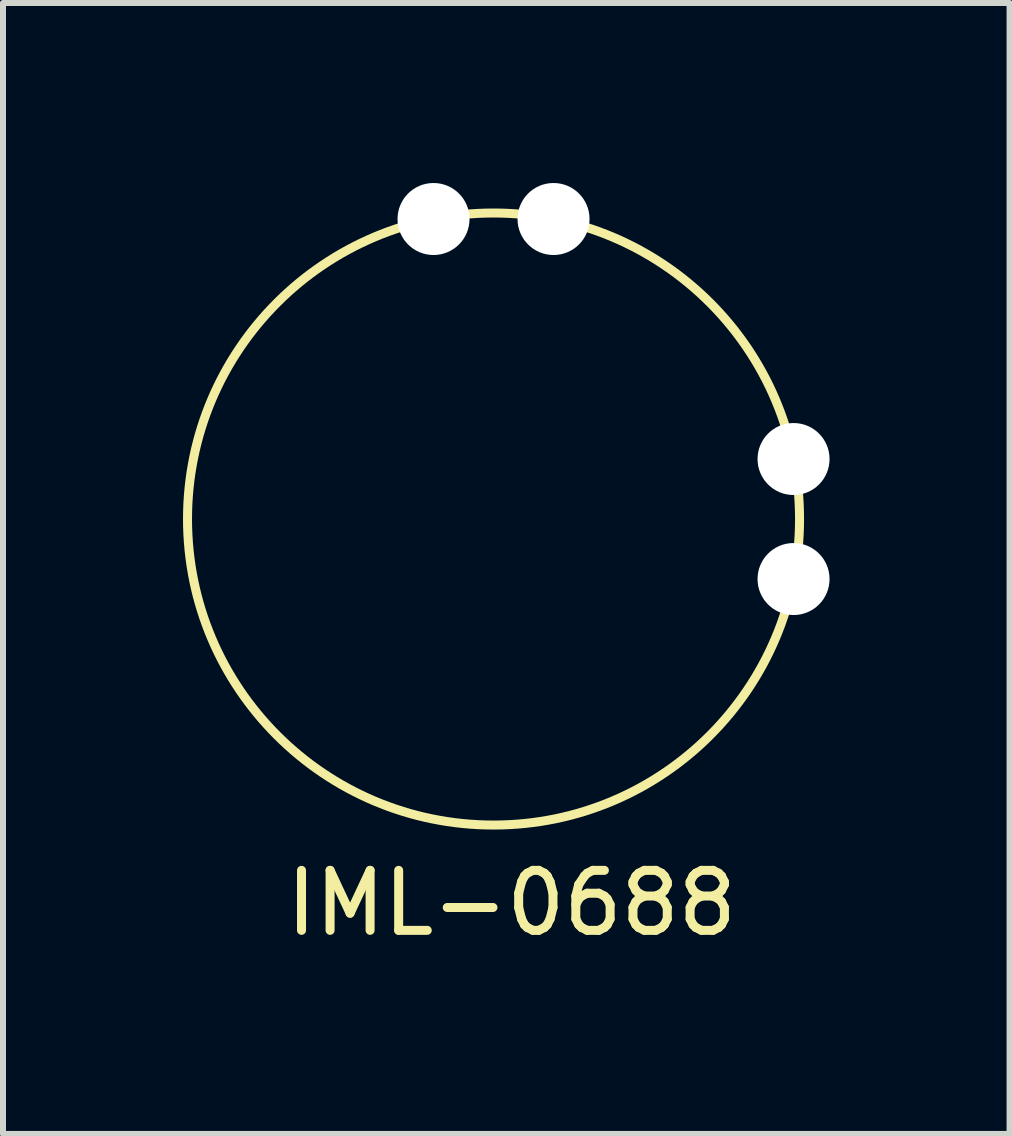
<source format=kicad_pcb>
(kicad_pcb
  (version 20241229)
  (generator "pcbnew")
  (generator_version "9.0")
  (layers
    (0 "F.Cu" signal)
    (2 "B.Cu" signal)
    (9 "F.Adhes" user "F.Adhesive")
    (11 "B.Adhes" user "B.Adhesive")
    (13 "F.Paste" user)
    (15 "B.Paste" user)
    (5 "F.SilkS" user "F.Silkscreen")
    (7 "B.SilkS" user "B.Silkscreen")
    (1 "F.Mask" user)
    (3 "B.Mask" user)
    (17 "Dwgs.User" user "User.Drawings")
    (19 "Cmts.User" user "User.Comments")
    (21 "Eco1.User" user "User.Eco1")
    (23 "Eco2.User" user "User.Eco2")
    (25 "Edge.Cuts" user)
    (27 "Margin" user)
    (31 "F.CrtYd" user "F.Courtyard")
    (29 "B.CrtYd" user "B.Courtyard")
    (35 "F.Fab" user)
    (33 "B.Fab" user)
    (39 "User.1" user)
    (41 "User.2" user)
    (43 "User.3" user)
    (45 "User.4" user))
  (footprint "IML-0688"
    (layer "F.Cu")
    (at 5.175 5.6)
    (property "Reference" "IML-0688" (at 0.3 6.4 0) (layer "F.SilkS") (effects (font (size 1 1) (thickness 0.15))))
    (attr through_hole)
    (fp_circle (center 0 0) (end 5.1 0) (stroke (width 0.15) (type solid)) (fill no) (layer "F.SilkS"))
    (pad "" np_thru_hole circle (at -1 -5) (size 1.2 1.2) (drill 1.2) (layers "*.Cu" "*.Mask"))
    (pad "" np_thru_hole circle (at 1 -5) (size 1.2 1.2) (drill 1.2) (layers "*.Cu" "*.Mask"))
    (pad "" np_thru_hole circle (at 5 -1) (size 1.2 1.2) (drill 1.2) (layers "*.Cu" "*.Mask"))
    (pad "" np_thru_hole circle (at 5 1) (size 1.2 1.2) (drill 1.2) (layers "*.Cu" "*.Mask")))
  (gr_rect
    (start -3 -3)
    (end 13.775 15.848)
    (stroke (width 0.1) (type default))
    (fill no)
    (layer "Edge.Cuts")))
</source>
